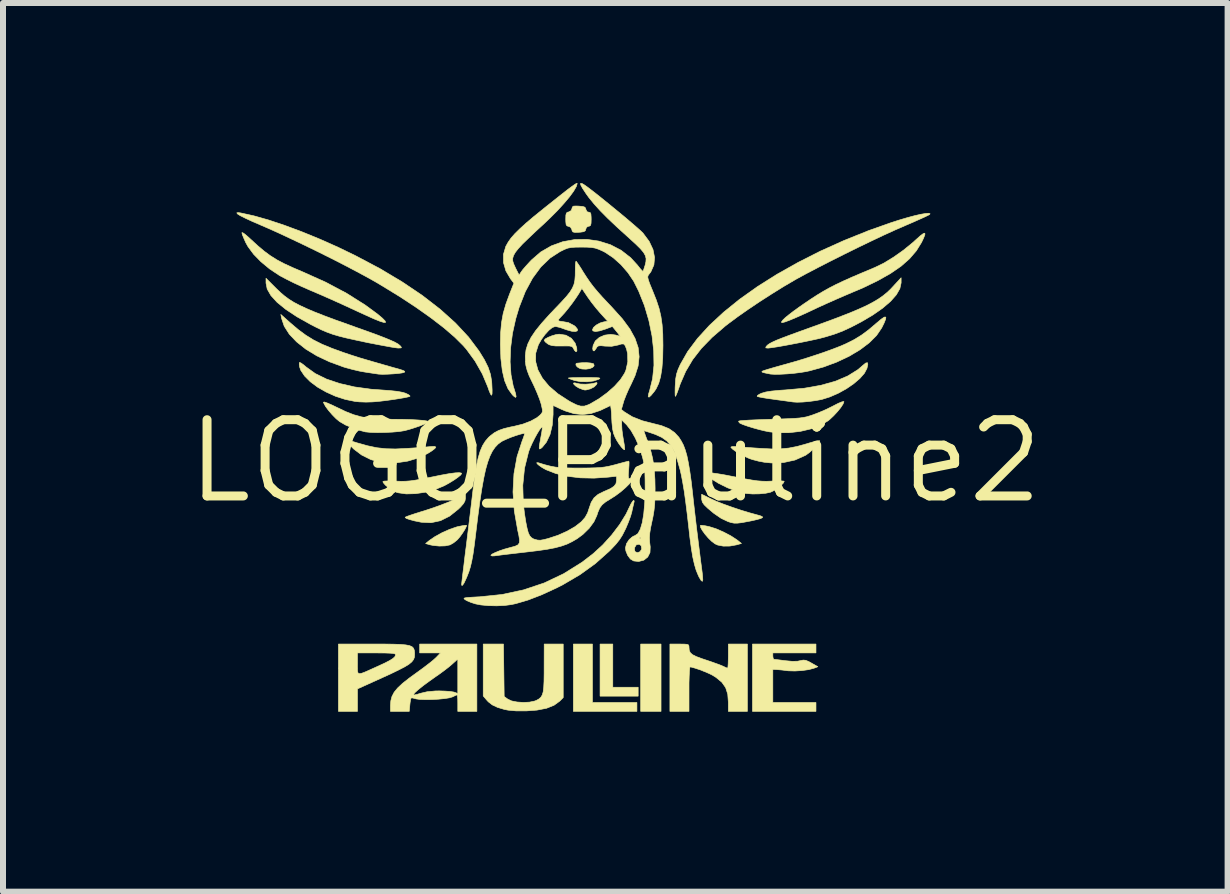
<source format=kicad_pcb>
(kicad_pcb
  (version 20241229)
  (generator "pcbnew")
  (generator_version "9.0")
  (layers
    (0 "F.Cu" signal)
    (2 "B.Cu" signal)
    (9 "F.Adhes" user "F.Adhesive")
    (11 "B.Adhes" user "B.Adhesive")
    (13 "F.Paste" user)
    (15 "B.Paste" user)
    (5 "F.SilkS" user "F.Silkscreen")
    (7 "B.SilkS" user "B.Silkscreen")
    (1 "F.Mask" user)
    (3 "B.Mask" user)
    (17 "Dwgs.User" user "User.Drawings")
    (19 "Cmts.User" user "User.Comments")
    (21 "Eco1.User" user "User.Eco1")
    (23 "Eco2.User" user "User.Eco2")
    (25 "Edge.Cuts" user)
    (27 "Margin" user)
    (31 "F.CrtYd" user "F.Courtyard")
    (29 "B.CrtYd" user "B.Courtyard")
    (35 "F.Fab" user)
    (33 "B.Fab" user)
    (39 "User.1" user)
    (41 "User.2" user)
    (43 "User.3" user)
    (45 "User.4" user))
  (footprint "LOGO_Pauline2"
    (layer "F.Cu")
    (at 7.204 4.635)
    (property "Reference" "LOGO_Pauline2" (at 0 0 0) (layer "F.SilkS") (effects (font (size 1.27 1.27) (thickness 0.15))))
    (attr through_hole)
    (fp_poly (pts (xy 0.762 4.17) (xy 0.423 4.17) (xy 0.423 3.048) (xy 0.762 3.048) (xy 0.762 4.17)) (stroke (width 0.01) (type solid)) (fill yes) (layer "F.SilkS"))
    (fp_poly (pts (xy -0.381 4.022) (xy 0.36 4.022) (xy 0.36 4.17) (xy -0.699 4.17) (xy -0.699 3.048) (xy -0.381 3.048) (xy -0.381 4.022)) (stroke (width 0.01) (type solid)) (fill yes) (layer "F.SilkS"))
    (fp_poly (pts (xy -0.042 3.768) (xy 0.381 3.768) (xy 0.381 3.916) (xy -0.254 3.916) (xy -0.254 3.048) (xy -0.042 3.048) (xy -0.042 3.768)) (stroke (width 0.01) (type solid)) (fill yes) (layer "F.SilkS"))
    (fp_poly (pts (xy -0.408 -1.635) (xy -0.366 -1.624) (xy -0.36 -1.62) (xy -0.353 -1.589) (xy -0.379 -1.562) (xy -0.427 -1.542) (xy -0.489 -1.533) (xy -0.556 -1.536) (xy -0.598 -1.548) (xy -0.636 -1.572) (xy -0.657 -1.603) (xy -0.653 -1.627) (xy -0.64 -1.632) (xy -0.558 -1.64) (xy -0.476 -1.641) (xy -0.408 -1.635)) (stroke (width 0.01) (type solid)) (fill yes) (layer "F.SilkS"))
    (fp_poly (pts (xy -0.39 -1.393) (xy -0.315 -1.391) (xy -0.272 -1.388) (xy -0.257 -1.382) (xy -0.263 -1.373) (xy -0.28 -1.363) (xy -0.362 -1.336) (xy -0.467 -1.323) (xy -0.578 -1.325) (xy -0.677 -1.343) (xy -0.683 -1.345) (xy -0.74 -1.365) (xy -0.777 -1.38) (xy -0.783 -1.385) (xy -0.763 -1.388) (xy -0.709 -1.391) (xy -0.628 -1.392) (xy -0.528 -1.393) (xy -0.503 -1.393) (xy -0.39 -1.393)) (stroke (width 0.01) (type solid)) (fill yes) (layer "F.SilkS"))
    (fp_poly (pts (xy -0.303 -1.301) (xy -0.315 -1.275) (xy -0.353 -1.237) (xy -0.415 -1.205) (xy -0.484 -1.187) (xy -0.506 -1.185) (xy -0.546 -1.195) (xy -0.602 -1.217) (xy -0.613 -1.222) (xy -0.662 -1.253) (xy -0.691 -1.282) (xy -0.697 -1.301) (xy -0.675 -1.305) (xy -0.653 -1.299) (xy -0.585 -1.285) (xy -0.496 -1.282) (xy -0.406 -1.289) (xy -0.352 -1.3) (xy -0.311 -1.31) (xy -0.303 -1.301)) (stroke (width 0.01) (type solid)) (fill yes) (layer "F.SilkS"))
    (fp_poly (pts (xy 1.498 1.077) (xy 1.565 1.091) (xy 1.677 1.126) (xy 1.801 1.18) (xy 1.922 1.243) (xy 2.022 1.308) (xy 2.041 1.322) (xy 2.102 1.372) (xy 2.019 1.395) (xy 1.909 1.415) (xy 1.799 1.416) (xy 1.706 1.398) (xy 1.662 1.378) (xy 1.606 1.336) (xy 1.548 1.279) (xy 1.494 1.216) (xy 1.45 1.155) (xy 1.422 1.105) (xy 1.418 1.073) (xy 1.42 1.07) (xy 1.445 1.07) (xy 1.498 1.077)) (stroke (width 0.01) (type solid)) (fill yes) (layer "F.SilkS"))
    (fp_poly (pts (xy -2.48 1.069) (xy -2.484 1.092) (xy -2.507 1.138) (xy -2.543 1.195) (xy -2.585 1.254) (xy -2.626 1.303) (xy -2.639 1.316) (xy -2.695 1.361) (xy -2.753 1.394) (xy -2.758 1.396) (xy -2.835 1.412) (xy -2.934 1.415) (xy -3.035 1.405) (xy -3.089 1.394) (xy -3.161 1.373) (xy -3.099 1.322) (xy -3.006 1.258) (xy -2.888 1.193) (xy -2.762 1.137) (xy -2.646 1.097) (xy -2.623 1.091) (xy -2.553 1.077) (xy -2.502 1.069) (xy -2.48 1.069)) (stroke (width 0.01) (type solid)) (fill yes) (layer "F.SilkS"))
    (fp_poly (pts (xy -2.498 0.619) (xy -2.505 0.662) (xy -2.529 0.706) (xy -2.578 0.763) (xy -2.616 0.8) (xy -2.761 0.916) (xy -2.913 0.992) (xy -3.071 1.026) (xy -3.234 1.018) (xy -3.239 1.017) (xy -3.343 0.996) (xy -3.425 0.974) (xy -3.481 0.955) (xy -3.502 0.939) (xy -3.5 0.934) (xy -3.475 0.922) (xy -3.416 0.901) (xy -3.332 0.873) (xy -3.23 0.841) (xy -3.186 0.828) (xy -3.058 0.786) (xy -2.925 0.739) (xy -2.801 0.691) (xy -2.701 0.649) (xy -2.693 0.645) (xy -2.498 0.553) (xy -2.498 0.619)) (stroke (width 0.01) (type solid)) (fill yes) (layer "F.SilkS"))
    (fp_poly (pts (xy -0.823 -2.099) (xy -0.733 -2.048) (xy -0.67 -1.968) (xy -0.643 -1.888) (xy -0.64 -1.836) (xy -0.655 -1.822) (xy -0.68 -1.846) (xy -0.694 -1.872) (xy -0.708 -1.897) (xy -0.728 -1.912) (xy -0.765 -1.919) (xy -0.827 -1.92) (xy -0.893 -1.919) (xy -0.989 -1.919) (xy -1.055 -1.926) (xy -1.101 -1.94) (xy -1.127 -1.955) (xy -1.167 -1.987) (xy -1.185 -2.013) (xy -1.185 -2.014) (xy -1.167 -2.037) (xy -1.12 -2.063) (xy -1.057 -2.089) (xy -0.992 -2.108) (xy -0.936 -2.116) (xy -0.936 -2.116) (xy -0.823 -2.099)) (stroke (width 0.01) (type solid)) (fill yes) (layer "F.SilkS"))
    (fp_poly (pts (xy 1.589 0.626) (xy 1.681 0.668) (xy 1.802 0.716) (xy 1.941 0.766) (xy 2.087 0.815) (xy 2.228 0.858) (xy 2.344 0.89) (xy 2.413 0.909) (xy 2.45 0.925) (xy 2.454 0.94) (xy 2.423 0.956) (xy 2.354 0.975) (xy 2.246 0.999) (xy 2.218 1.004) (xy 2.113 1.024) (xy 2.038 1.033) (xy 1.978 1.033) (xy 1.924 1.022) (xy 1.878 1.007) (xy 1.764 0.953) (xy 1.64 0.868) (xy 1.54 0.784) (xy 1.482 0.728) (xy 1.451 0.684) (xy 1.44 0.64) (xy 1.439 0.623) (xy 1.439 0.552) (xy 1.589 0.626)) (stroke (width 0.01) (type solid)) (fill yes) (layer "F.SilkS"))
    (fp_poly (pts (xy -4.46 -0.348) (xy -4.407 -0.336) (xy -4.334 -0.315) (xy -4.306 -0.306) (xy -4.132 -0.257) (xy -3.977 -0.224) (xy -3.826 -0.207) (xy -3.664 -0.203) (xy -3.476 -0.212) (xy -3.474 -0.212) (xy -3.356 -0.22) (xy -3.244 -0.228) (xy -3.15 -0.236) (xy -3.085 -0.242) (xy -3.073 -0.243) (xy -3.014 -0.246) (xy -2.991 -0.235) (xy -3.006 -0.211) (xy -3.058 -0.171) (xy -3.128 -0.127) (xy -3.283 -0.053) (xy -3.462 -0.000027) (xy -3.651 0.028) (xy -3.833 0.029) (xy -3.916 0.019) (xy -4.074 -0.026) (xy -4.227 -0.102) (xy -4.359 -0.202) (xy -4.391 -0.234) (xy -4.44 -0.288) (xy -4.473 -0.33) (xy -4.483 -0.35) (xy -4.483 -0.35) (xy -4.46 -0.348)) (stroke (width 0.01) (type solid)) (fill yes) (layer "F.SilkS"))
    (fp_poly (pts (xy 3.344 3.196) (xy 2.625 3.196) (xy 2.625 3.249) (xy 2.631 3.289) (xy 2.642 3.302) (xy 2.671 3.305) (xy 2.729 3.312) (xy 2.807 3.322) (xy 2.83 3.325) (xy 2.949 3.336) (xy 3.038 3.334) (xy 3.081 3.325) (xy 3.132 3.315) (xy 3.174 3.319) (xy 3.226 3.341) (xy 3.269 3.365) (xy 3.375 3.426) (xy 3.313 3.45) (xy 3.224 3.474) (xy 3.111 3.49) (xy 2.992 3.497) (xy 2.884 3.494) (xy 2.857 3.491) (xy 2.78 3.481) (xy 2.711 3.475) (xy 2.683 3.473) (xy 2.625 3.471) (xy 2.625 4.022) (xy 3.344 4.022) (xy 3.344 4.17) (xy 2.286 4.17) (xy 2.286 3.048) (xy 3.344 3.048) (xy 3.344 3.196)) (stroke (width 0.01) (type solid)) (fill yes) (layer "F.SilkS"))
    (fp_poly (pts (xy -2.568 0.198) (xy -2.561 0.208) (xy -2.578 0.232) (xy -2.624 0.27) (xy -2.69 0.316) (xy -2.768 0.364) (xy -2.848 0.408) (xy -2.854 0.411) (xy -3.005 0.474) (xy -3.167 0.518) (xy -3.331 0.542) (xy -3.485 0.546) (xy -3.619 0.527) (xy -3.657 0.515) (xy -3.717 0.486) (xy -3.779 0.444) (xy -3.833 0.398) (xy -3.867 0.358) (xy -3.873 0.339) (xy -3.854 0.333) (xy -3.801 0.33) (xy -3.723 0.33) (xy -3.657 0.333) (xy -3.571 0.336) (xy -3.495 0.335) (xy -3.419 0.329) (xy -3.333 0.317) (xy -3.227 0.298) (xy -3.091 0.271) (xy -3.071 0.267) (xy -2.899 0.232) (xy -2.765 0.208) (xy -2.666 0.195) (xy -2.602 0.192) (xy -2.568 0.198)) (stroke (width 0.01) (type solid)) (fill yes) (layer "F.SilkS"))
    (fp_poly (pts (xy 1.593 0.194) (xy 1.684 0.206) (xy 1.811 0.227) (xy 1.976 0.259) (xy 2.017 0.267) (xy 2.162 0.295) (xy 2.276 0.315) (xy 2.367 0.328) (xy 2.444 0.334) (xy 2.519 0.336) (xy 2.599 0.333) (xy 2.609 0.332) (xy 2.696 0.329) (xy 2.765 0.329) (xy 2.807 0.333) (xy 2.815 0.337) (xy 2.798 0.368) (xy 2.755 0.41) (xy 2.697 0.456) (xy 2.634 0.495) (xy 2.585 0.518) (xy 2.506 0.535) (xy 2.402 0.545) (xy 2.289 0.547) (xy 2.184 0.539) (xy 2.159 0.536) (xy 2.021 0.501) (xy 1.869 0.443) (xy 1.719 0.369) (xy 1.593 0.29) (xy 1.54 0.25) (xy 1.512 0.22) (xy 1.509 0.201) (xy 1.535 0.192) (xy 1.593 0.194)) (stroke (width 0.01) (type solid)) (fill yes) (layer "F.SilkS"))
    (fp_poly (pts (xy -1.858 3.485) (xy -1.852 3.922) (xy -1.792 3.966) (xy -1.728 3.996) (xy -1.637 4.014) (xy -1.533 4.021) (xy -1.43 4.016) (xy -1.344 3.998) (xy -1.313 3.986) (xy -1.271 3.962) (xy -1.24 3.934) (xy -1.218 3.897) (xy -1.202 3.845) (xy -1.193 3.771) (xy -1.188 3.67) (xy -1.186 3.536) (xy -1.186 3.445) (xy -1.185 3.048) (xy -0.868 3.048) (xy -0.868 3.94) (xy -0.926 3.999) (xy -1.021 4.068) (xy -1.146 4.118) (xy -1.306 4.149) (xy -1.482 4.162) (xy -1.652 4.162) (xy -1.785 4.15) (xy -1.847 4.138) (xy -1.964 4.103) (xy -2.05 4.062) (xy -2.117 4.01) (xy -2.146 3.978) (xy -2.201 3.913) (xy -2.201 3.048) (xy -1.864 3.048) (xy -1.858 3.485)) (stroke (width 0.01) (type solid)) (fill yes) (layer "F.SilkS"))
    (fp_poly (pts (xy -5.242 -1.638) (xy -5.2 -1.609) (xy -5.151 -1.568) (xy -5.001 -1.46) (xy -4.814 -1.368) (xy -4.594 -1.294) (xy -4.346 -1.237) (xy -4.071 -1.199) (xy -3.919 -1.188) (xy -3.756 -1.176) (xy -3.632 -1.163) (xy -3.542 -1.146) (xy -3.496 -1.132) (xy -3.446 -1.108) (xy -3.422 -1.087) (xy -3.422 -1.08) (xy -3.451 -1.071) (xy -3.513 -1.058) (xy -3.599 -1.043) (xy -3.701 -1.027) (xy -3.809 -1.012) (xy -3.916 -0.999) (xy -4.011 -0.99) (xy -4.053 -0.987) (xy -4.155 -0.984) (xy -4.265 -0.988) (xy -4.336 -0.995) (xy -4.501 -1.029) (xy -4.664 -1.082) (xy -4.819 -1.152) (xy -4.961 -1.233) (xy -5.082 -1.323) (xy -5.177 -1.418) (xy -5.241 -1.513) (xy -5.261 -1.57) (xy -5.267 -1.618) (xy -5.263 -1.645) (xy -5.242 -1.638)) (stroke (width 0.01) (type solid)) (fill yes) (layer "F.SilkS"))
    (fp_poly (pts (xy 3.408 -0.337) (xy 3.393 -0.305) (xy 3.353 -0.256) (xy 3.298 -0.2) (xy 3.237 -0.146) (xy 3.179 -0.103) (xy 3.165 -0.095) (xy 2.995 -0.019) (xy 2.804 0.023) (xy 2.598 0.03) (xy 2.481 0.018) (xy 2.386 0.000019) (xy 2.287 -0.026) (xy 2.236 -0.043) (xy 2.163 -0.075) (xy 2.086 -0.115) (xy 2.015 -0.157) (xy 1.96 -0.196) (xy 1.929 -0.226) (xy 1.926 -0.234) (xy 1.945 -0.243) (xy 1.993 -0.244) (xy 2.027 -0.242) (xy 2.085 -0.237) (xy 2.174 -0.23) (xy 2.284 -0.222) (xy 2.403 -0.214) (xy 2.437 -0.212) (xy 2.611 -0.203) (xy 2.757 -0.205) (xy 2.892 -0.218) (xy 3.03 -0.245) (xy 3.185 -0.288) (xy 3.244 -0.306) (xy 3.319 -0.327) (xy 3.376 -0.339) (xy 3.406 -0.34) (xy 3.408 -0.337)) (stroke (width 0.01) (type solid)) (fill yes) (layer "F.SilkS"))
    (fp_poly (pts (xy 4.208 -1.612) (xy 4.194 -1.547) (xy 4.152 -1.466) (xy 4.076 -1.379) (xy 3.972 -1.29) (xy 3.85 -1.206) (xy 3.714 -1.131) (xy 3.574 -1.07) (xy 3.44 -1.028) (xy 3.344 -1.01) (xy 3.234 -0.995) (xy 3.125 -0.985) (xy 3.029 -0.982) (xy 2.963 -0.986) (xy 2.922 -0.992) (xy 2.85 -1.002) (xy 2.755 -1.015) (xy 2.649 -1.029) (xy 2.646 -1.03) (xy 2.544 -1.044) (xy 2.457 -1.058) (xy 2.395 -1.07) (xy 2.365 -1.079) (xy 2.364 -1.08) (xy 2.371 -1.096) (xy 2.409 -1.119) (xy 2.438 -1.132) (xy 2.506 -1.152) (xy 2.606 -1.168) (xy 2.743 -1.181) (xy 2.836 -1.187) (xy 3.148 -1.215) (xy 3.425 -1.264) (xy 3.668 -1.332) (xy 3.875 -1.42) (xy 4.046 -1.527) (xy 4.122 -1.593) (xy 4.173 -1.635) (xy 4.202 -1.641) (xy 4.208 -1.612)) (stroke (width 0.01) (type solid)) (fill yes) (layer "F.SilkS"))
    (fp_poly (pts (xy -0.607 -4.25) (xy -0.541 -4.244) (xy -0.507 -4.232) (xy -0.493 -4.209) (xy -0.491 -4.196) (xy -0.47 -4.156) (xy -0.443 -4.149) (xy -0.419 -4.143) (xy -0.407 -4.12) (xy -0.403 -4.069) (xy -0.402 -4.032) (xy -0.404 -3.965) (xy -0.412 -3.93) (xy -0.43 -3.917) (xy -0.443 -3.916) (xy -0.48 -3.898) (xy -0.491 -3.868) (xy -0.5 -3.84) (xy -0.526 -3.824) (xy -0.579 -3.816) (xy -0.607 -3.814) (xy -0.672 -3.812) (xy -0.705 -3.819) (xy -0.72 -3.838) (xy -0.723 -3.857) (xy -0.747 -3.9) (xy -0.778 -3.912) (xy -0.806 -3.921) (xy -0.82 -3.943) (xy -0.825 -3.991) (xy -0.826 -4.032) (xy -0.824 -4.099) (xy -0.815 -4.134) (xy -0.795 -4.149) (xy -0.778 -4.152) (xy -0.735 -4.176) (xy -0.723 -4.208) (xy -0.715 -4.236) (xy -0.695 -4.25) (xy -0.65 -4.252) (xy -0.607 -4.25)) (stroke (width 0.01) (type solid)) (fill yes) (layer "F.SilkS"))
    (fp_poly (pts (xy -4.802 -0.97) (xy -4.728 -0.938) (xy -4.642 -0.897) (xy -4.493 -0.826) (xy -4.361 -0.774) (xy -4.232 -0.738) (xy -4.096 -0.715) (xy -3.943 -0.702) (xy -3.759 -0.698) (xy -3.738 -0.698) (xy -3.564 -0.697) (xy -3.413 -0.693) (xy -3.288 -0.686) (xy -3.193 -0.678) (xy -3.133 -0.668) (xy -3.112 -0.656) (xy -3.111 -0.655) (xy -3.13 -0.641) (xy -3.18 -0.618) (xy -3.251 -0.59) (xy -3.333 -0.561) (xy -3.418 -0.534) (xy -3.494 -0.513) (xy -3.514 -0.508) (xy -3.6 -0.494) (xy -3.713 -0.484) (xy -3.839 -0.478) (xy -3.964 -0.476) (xy -4.075 -0.479) (xy -4.158 -0.487) (xy -4.163 -0.487) (xy -4.331 -0.532) (xy -4.495 -0.602) (xy -4.595 -0.66) (xy -4.653 -0.708) (xy -4.717 -0.773) (xy -4.779 -0.845) (xy -4.83 -0.914) (xy -4.86 -0.97) (xy -4.864 -0.982) (xy -4.849 -0.986) (xy -4.802 -0.97)) (stroke (width 0.01) (type solid)) (fill yes) (layer "F.SilkS"))
    (fp_poly (pts (xy -5.417 -2.305) (xy -5.284 -2.192) (xy -5.158 -2.099) (xy -5.03 -2.02) (xy -4.889 -1.949) (xy -4.727 -1.882) (xy -4.535 -1.812) (xy -4.443 -1.781) (xy -4.354 -1.752) (xy -4.26 -1.722) (xy -4.155 -1.691) (xy -4.032 -1.655) (xy -3.886 -1.613) (xy -3.708 -1.562) (xy -3.599 -1.532) (xy -3.535 -1.511) (xy -3.508 -1.496) (xy -3.514 -1.482) (xy -3.517 -1.48) (xy -3.555 -1.47) (xy -3.622 -1.461) (xy -3.707 -1.454) (xy -3.797 -1.449) (xy -3.88 -1.447) (xy -3.943 -1.45) (xy -3.958 -1.452) (xy -4.005 -1.459) (xy -4.078 -1.47) (xy -4.163 -1.483) (xy -4.17 -1.484) (xy -4.265 -1.501) (xy -4.379 -1.528) (xy -4.494 -1.559) (xy -4.53 -1.57) (xy -4.764 -1.656) (xy -4.974 -1.755) (xy -5.158 -1.867) (xy -5.311 -1.988) (xy -5.432 -2.115) (xy -5.517 -2.248) (xy -5.56 -2.374) (xy -5.574 -2.445) (xy -5.417 -2.305)) (stroke (width 0.01) (type solid)) (fill yes) (layer "F.SilkS"))
    (fp_poly (pts (xy 4.506 -2.369) (xy 4.48 -2.303) (xy 4.439 -2.22) (xy 4.354 -2.095) (xy 4.232 -1.973) (xy 4.077 -1.856) (xy 3.896 -1.748) (xy 3.692 -1.652) (xy 3.472 -1.57) (xy 3.24 -1.506) (xy 3.181 -1.493) (xy 3.089 -1.478) (xy 2.978 -1.464) (xy 2.861 -1.454) (xy 2.749 -1.448) (xy 2.653 -1.447) (xy 2.587 -1.451) (xy 2.582 -1.452) (xy 2.502 -1.468) (xy 2.457 -1.479) (xy 2.442 -1.489) (xy 2.45 -1.499) (xy 2.456 -1.502) (xy 2.486 -1.513) (xy 2.55 -1.533) (xy 2.639 -1.559) (xy 2.745 -1.589) (xy 2.806 -1.606) (xy 3.005 -1.662) (xy 3.207 -1.724) (xy 3.402 -1.788) (xy 3.581 -1.851) (xy 3.735 -1.91) (xy 3.845 -1.957) (xy 3.978 -2.024) (xy 4.099 -2.098) (xy 4.22 -2.187) (xy 4.354 -2.301) (xy 4.355 -2.302) (xy 4.433 -2.367) (xy 4.483 -2.401) (xy 4.508 -2.401) (xy 4.506 -2.369)) (stroke (width 0.01) (type solid)) (fill yes) (layer "F.SilkS"))
    (fp_poly (pts (xy 3.81 -0.99) (xy 3.795 -0.951) (xy 3.757 -0.893) (xy 3.702 -0.825) (xy 3.638 -0.756) (xy 3.573 -0.695) (xy 3.545 -0.672) (xy 3.418 -0.597) (xy 3.261 -0.538) (xy 3.083 -0.496) (xy 2.893 -0.474) (xy 2.703 -0.474) (xy 2.572 -0.488) (xy 2.494 -0.503) (xy 2.399 -0.526) (xy 2.298 -0.554) (xy 2.204 -0.583) (xy 2.127 -0.61) (xy 2.078 -0.632) (xy 2.075 -0.634) (xy 2.055 -0.657) (xy 2.058 -0.668) (xy 2.082 -0.673) (xy 2.143 -0.678) (xy 2.234 -0.684) (xy 2.35 -0.689) (xy 2.485 -0.694) (xy 2.597 -0.698) (xy 2.762 -0.703) (xy 2.891 -0.708) (xy 2.992 -0.713) (xy 3.069 -0.719) (xy 3.132 -0.728) (xy 3.185 -0.738) (xy 3.236 -0.753) (xy 3.291 -0.771) (xy 3.291 -0.771) (xy 3.394 -0.81) (xy 3.51 -0.86) (xy 3.618 -0.913) (xy 3.635 -0.922) (xy 3.717 -0.964) (xy 3.776 -0.988) (xy 3.807 -0.994) (xy 3.81 -0.99)) (stroke (width 0.01) (type solid)) (fill yes) (layer "F.SilkS"))
    (fp_poly (pts (xy -5.646 -2.873) (xy -5.58 -2.81) (xy -5.513 -2.753) (xy -5.44 -2.699) (xy -5.359 -2.648) (xy -5.264 -2.598) (xy -5.151 -2.545) (xy -5.017 -2.488) (xy -4.857 -2.425) (xy -4.667 -2.354) (xy -4.442 -2.274) (xy -4.329 -2.233) (xy -4.129 -2.162) (xy -3.967 -2.103) (xy -3.838 -2.053) (xy -3.739 -2.012) (xy -3.666 -1.978) (xy -3.617 -1.95) (xy -3.588 -1.926) (xy -3.587 -1.925) (xy -3.564 -1.897) (xy -3.571 -1.887) (xy -3.613 -1.885) (xy -3.622 -1.885) (xy -3.663 -1.89) (xy -3.739 -1.902) (xy -3.842 -1.921) (xy -3.965 -1.944) (xy -4.1 -1.97) (xy -4.149 -1.98) (xy -4.331 -2.019) (xy -4.48 -2.052) (xy -4.603 -2.083) (xy -4.708 -2.114) (xy -4.802 -2.148) (xy -4.894 -2.187) (xy -4.991 -2.234) (xy -5.077 -2.278) (xy -5.305 -2.406) (xy -5.491 -2.529) (xy -5.636 -2.647) (xy -5.739 -2.76) (xy -5.801 -2.868) (xy -5.821 -2.968) (xy -5.821 -3.048) (xy -5.646 -2.873)) (stroke (width 0.01) (type solid)) (fill yes) (layer "F.SilkS"))
    (fp_poly (pts (xy 4.763 -2.971) (xy 4.742 -2.875) (xy 4.683 -2.772) (xy 4.586 -2.662) (xy 4.454 -2.549) (xy 4.289 -2.434) (xy 4.097 -2.321) (xy 3.93 -2.234) (xy 3.783 -2.166) (xy 3.641 -2.113) (xy 3.491 -2.068) (xy 3.4 -2.044) (xy 3.301 -2.022) (xy 3.183 -1.997) (xy 3.055 -1.971) (xy 2.925 -1.946) (xy 2.801 -1.923) (xy 2.692 -1.904) (xy 2.605 -1.891) (xy 2.549 -1.884) (xy 2.54 -1.884) (xy 2.507 -1.888) (xy 2.512 -1.907) (xy 2.52 -1.917) (xy 2.541 -1.938) (xy 2.573 -1.96) (xy 2.619 -1.984) (xy 2.684 -2.014) (xy 2.772 -2.049) (xy 2.888 -2.093) (xy 3.035 -2.147) (xy 3.218 -2.213) (xy 3.218 -2.213) (xy 3.475 -2.306) (xy 3.696 -2.388) (xy 3.884 -2.461) (xy 4.043 -2.527) (xy 4.176 -2.587) (xy 4.288 -2.645) (xy 4.383 -2.701) (xy 4.463 -2.757) (xy 4.534 -2.815) (xy 4.598 -2.877) (xy 4.616 -2.897) (xy 4.763 -3.056) (xy 4.763 -2.971)) (stroke (width 0.01) (type solid)) (fill yes) (layer "F.SilkS"))
    (fp_poly (pts (xy -6.209 -3.807) (xy -6.171 -3.781) (xy -6.117 -3.735) (xy -6.08 -3.701) (xy -5.959 -3.59) (xy -5.851 -3.499) (xy -5.748 -3.423) (xy -5.64 -3.355) (xy -5.519 -3.291) (xy -5.375 -3.225) (xy -5.207 -3.153) (xy -4.826 -2.982) (xy -4.478 -2.797) (xy -4.167 -2.601) (xy -3.963 -2.451) (xy -3.882 -2.383) (xy -3.837 -2.337) (xy -3.828 -2.313) (xy -3.856 -2.311) (xy -3.919 -2.33) (xy -4.019 -2.37) (xy -4.064 -2.39) (xy -4.154 -2.431) (xy -4.268 -2.483) (xy -4.392 -2.54) (xy -4.511 -2.595) (xy -4.519 -2.599) (xy -4.645 -2.656) (xy -4.793 -2.722) (xy -4.946 -2.789) (xy -5.087 -2.849) (xy -5.105 -2.857) (xy -5.23 -2.912) (xy -5.36 -2.972) (xy -5.48 -3.032) (xy -5.578 -3.084) (xy -5.601 -3.097) (xy -5.76 -3.203) (xy -5.905 -3.323) (xy -6.028 -3.449) (xy -6.121 -3.575) (xy -6.158 -3.641) (xy -6.19 -3.713) (xy -6.214 -3.772) (xy -6.223 -3.807) (xy -6.223 -3.807) (xy -6.209 -3.807)) (stroke (width 0.01) (type solid)) (fill yes) (layer "F.SilkS"))
    (fp_poly (pts (xy 1.15 3.049) (xy 1.197 3.053) (xy 1.22 3.063) (xy 1.227 3.082) (xy 1.228 3.102) (xy 1.232 3.152) (xy 1.249 3.191) (xy 1.285 3.224) (xy 1.346 3.255) (xy 1.439 3.29) (xy 1.508 3.313) (xy 1.608 3.347) (xy 1.698 3.379) (xy 1.767 3.405) (xy 1.803 3.421) (xy 1.847 3.442) (xy 1.872 3.45) (xy 1.877 3.431) (xy 1.881 3.378) (xy 1.883 3.301) (xy 1.884 3.249) (xy 1.884 3.048) (xy 2.201 3.048) (xy 2.201 4.17) (xy 1.884 4.17) (xy 1.884 4.021) (xy 1.874 3.884) (xy 1.839 3.775) (xy 1.776 3.685) (xy 1.677 3.603) (xy 1.619 3.567) (xy 1.565 3.54) (xy 1.49 3.508) (xy 1.408 3.476) (xy 1.33 3.45) (xy 1.27 3.433) (xy 1.245 3.429) (xy 1.24 3.449) (xy 1.235 3.505) (xy 1.231 3.589) (xy 1.228 3.695) (xy 1.228 3.799) (xy 1.228 4.17) (xy 0.91 4.17) (xy 0.91 3.048) (xy 1.069 3.048) (xy 1.15 3.049)) (stroke (width 0.01) (type solid)) (fill yes) (layer "F.SilkS"))
    (fp_poly (pts (xy 5.159 -3.773) (xy 5.136 -3.714) (xy 5.103 -3.645) (xy 5.017 -3.506) (xy 4.904 -3.374) (xy 4.761 -3.248) (xy 4.585 -3.127) (xy 4.374 -3.008) (xy 4.126 -2.888) (xy 3.953 -2.815) (xy 3.817 -2.757) (xy 3.667 -2.692) (xy 3.521 -2.627) (xy 3.393 -2.569) (xy 3.365 -2.556) (xy 3.183 -2.47) (xy 3.031 -2.402) (xy 2.913 -2.352) (xy 2.828 -2.32) (xy 2.779 -2.308) (xy 2.775 -2.308) (xy 2.769 -2.32) (xy 2.795 -2.355) (xy 2.836 -2.394) (xy 2.893 -2.44) (xy 2.974 -2.502) (xy 3.067 -2.569) (xy 3.143 -2.622) (xy 3.261 -2.702) (xy 3.368 -2.771) (xy 3.469 -2.832) (xy 3.571 -2.889) (xy 3.68 -2.945) (xy 3.803 -3.003) (xy 3.946 -3.067) (xy 4.115 -3.139) (xy 4.317 -3.224) (xy 4.327 -3.228) (xy 4.475 -3.3) (xy 4.637 -3.399) (xy 4.801 -3.515) (xy 4.956 -3.641) (xy 5.001 -3.682) (xy 5.08 -3.753) (xy 5.132 -3.792) (xy 5.158 -3.799) (xy 5.159 -3.773)) (stroke (width 0.01) (type solid)) (fill yes) (layer "F.SilkS"))
    (fp_poly (pts (xy -3.852 3.048) (xy -3.7 3.05) (xy -3.582 3.054) (xy -3.493 3.062) (xy -3.43 3.074) (xy -3.388 3.092) (xy -3.363 3.117) (xy -3.35 3.15) (xy -3.345 3.191) (xy -3.345 3.225) (xy -3.348 3.268) (xy -3.363 3.307) (xy -3.392 3.345) (xy -3.44 3.385) (xy -3.512 3.429) (xy -3.611 3.48) (xy -3.741 3.543) (xy -3.881 3.607) (xy -4.297 3.795) (xy -4.297 4.17) (xy -4.614 4.17) (xy -4.614 3.449) (xy -4.298 3.449) (xy -4.296 3.5) (xy -4.287 3.531) (xy -4.264 3.542) (xy -4.223 3.534) (xy -4.158 3.509) (xy -4.063 3.466) (xy -3.97 3.424) (xy -3.848 3.368) (xy -3.762 3.324) (xy -3.705 3.288) (xy -3.673 3.258) (xy -3.662 3.23) (xy -3.662 3.225) (xy -3.67 3.213) (xy -3.699 3.205) (xy -3.753 3.2) (xy -3.838 3.197) (xy -3.959 3.196) (xy -3.979 3.196) (xy -4.297 3.196) (xy -4.297 3.378) (xy -4.298 3.449) (xy -4.614 3.449) (xy -4.614 3.048) (xy -4.041 3.048) (xy -3.852 3.048)) (stroke (width 0.01) (type solid)) (fill yes) (layer "F.SilkS"))
    (fp_poly (pts (xy 0.315 0.667) (xy 0.31 0.693) (xy 0.3 0.734) (xy 0.285 0.799) (xy 0.275 0.847) (xy 0.254 0.92) (xy 0.219 1.015) (xy 0.178 1.113) (xy 0.164 1.142) (xy 0.118 1.233) (xy 0.069 1.31) (xy 0.009 1.385) (xy -0.072 1.471) (xy -0.103 1.502) (xy -0.333 1.707) (xy -0.588 1.891) (xy -0.874 2.059) (xy -0.984 2.115) (xy -1.23 2.228) (xy -1.453 2.314) (xy -1.657 2.374) (xy -1.731 2.39) (xy -1.844 2.405) (xy -1.977 2.411) (xy -2.115 2.408) (xy -2.241 2.396) (xy -2.328 2.379) (xy -2.404 2.355) (xy -2.47 2.327) (xy -2.497 2.312) (xy -2.517 2.297) (xy -2.522 2.287) (xy -2.508 2.279) (xy -2.468 2.273) (xy -2.398 2.268) (xy -2.293 2.262) (xy -2.265 2.261) (xy -1.888 2.222) (xy -1.528 2.145) (xy -1.185 2.03) (xy -0.861 1.876) (xy -0.555 1.685) (xy -0.368 1.541) (xy -0.209 1.395) (xy -0.06 1.23) (xy 0.073 1.055) (xy 0.18 0.881) (xy 0.237 0.761) (xy 0.265 0.705) (xy 0.29 0.667) (xy 0.309 0.653) (xy 0.315 0.667)) (stroke (width 0.01) (type solid)) (fill yes) (layer "F.SilkS"))
    (fp_poly (pts (xy -6.241 -4.136) (xy -6.023 -4.088) (xy -5.776 -4.018) (xy -5.507 -3.928) (xy -5.22 -3.821) (xy -4.922 -3.699) (xy -4.619 -3.564) (xy -4.326 -3.422) (xy -3.92 -3.207) (xy -3.55 -2.986) (xy -3.216 -2.761) (xy -2.92 -2.532) (xy -2.663 -2.301) (xy -2.446 -2.068) (xy -2.273 -1.838) (xy -2.183 -1.692) (xy -2.12 -1.565) (xy -2.08 -1.446) (xy -2.06 -1.326) (xy -2.058 -1.291) (xy -2.053 -1.185) (xy -2.054 -1.121) (xy -2.062 -1.098) (xy -2.078 -1.115) (xy -2.102 -1.171) (xy -2.126 -1.24) (xy -2.216 -1.454) (xy -2.337 -1.667) (xy -2.48 -1.863) (xy -2.534 -1.925) (xy -2.678 -2.068) (xy -2.858 -2.223) (xy -3.074 -2.389) (xy -3.32 -2.563) (xy -3.595 -2.744) (xy -3.896 -2.928) (xy -3.99 -2.984) (xy -4.136 -3.066) (xy -4.314 -3.162) (xy -4.516 -3.268) (xy -4.733 -3.379) (xy -4.96 -3.492) (xy -5.188 -3.603) (xy -5.409 -3.708) (xy -5.616 -3.805) (xy -5.802 -3.888) (xy -5.883 -3.923) (xy -6.043 -3.992) (xy -6.166 -4.049) (xy -6.252 -4.092) (xy -6.299 -4.122) (xy -6.307 -4.139) (xy -6.277 -4.141) (xy -6.241 -4.136)) (stroke (width 0.01) (type solid)) (fill yes) (layer "F.SilkS"))
    (fp_poly (pts (xy 5.245 -4.124) (xy 5.239 -4.111) (xy 5.213 -4.097) (xy 5.155 -4.069) (xy 5.071 -4.031) (xy 4.966 -3.984) (xy 4.847 -3.933) (xy 4.826 -3.924) (xy 4.663 -3.853) (xy 4.472 -3.766) (xy 4.261 -3.666) (xy 4.037 -3.558) (xy 3.81 -3.446) (xy 3.587 -3.334) (xy 3.376 -3.226) (xy 3.185 -3.126) (xy 3.023 -3.038) (xy 2.985 -3.016) (xy 2.799 -2.907) (xy 2.603 -2.785) (xy 2.404 -2.657) (xy 2.212 -2.528) (xy 2.035 -2.404) (xy 1.883 -2.291) (xy 1.829 -2.249) (xy 1.613 -2.063) (xy 1.434 -1.879) (xy 1.289 -1.692) (xy 1.173 -1.496) (xy 1.082 -1.287) (xy 1.06 -1.222) (xy 1.035 -1.152) (xy 1.014 -1.101) (xy 1.002 -1.08) (xy 1.001 -1.079) (xy 0.997 -1.099) (xy 0.996 -1.151) (xy 0.997 -1.227) (xy 0.999 -1.266) (xy 1.006 -1.369) (xy 1.02 -1.449) (xy 1.045 -1.525) (xy 1.083 -1.61) (xy 1.206 -1.826) (xy 1.369 -2.044) (xy 1.569 -2.263) (xy 1.804 -2.481) (xy 2.071 -2.697) (xy 2.368 -2.908) (xy 2.693 -3.113) (xy 3.043 -3.31) (xy 3.416 -3.499) (xy 3.809 -3.676) (xy 4.219 -3.841) (xy 4.583 -3.97) (xy 4.725 -4.016) (xy 4.86 -4.056) (xy 4.982 -4.089) (xy 5.086 -4.113) (xy 5.168 -4.127) (xy 5.222 -4.131) (xy 5.245 -4.124)) (stroke (width 0.01) (type solid)) (fill yes) (layer "F.SilkS"))
    (fp_poly (pts (xy -2.307 4.17) (xy -2.625 4.17) (xy -2.625 4.032) (xy -2.626 3.962) (xy -2.631 3.913) (xy -2.636 3.895) (xy -2.661 3.903) (xy -2.706 3.925) (xy -2.712 3.928) (xy -2.764 3.944) (xy -2.847 3.957) (xy -2.949 3.967) (xy -3.06 3.973) (xy -3.166 3.974) (xy -3.257 3.971) (xy -3.322 3.962) (xy -3.333 3.958) (xy -3.379 3.946) (xy -3.403 3.947) (xy -3.411 3.972) (xy -3.42 4.026) (xy -3.424 4.064) (xy -3.434 4.17) (xy -3.747 4.17) (xy -3.747 4.074) (xy -3.741 3.994) (xy -3.722 3.921) (xy -3.707 3.893) (xy -3.365 3.893) (xy -3.347 3.896) (xy -3.301 3.886) (xy -3.247 3.869) (xy -3.136 3.843) (xy -3 3.83) (xy -2.933 3.829) (xy -2.84 3.832) (xy -2.756 3.838) (xy -2.696 3.847) (xy -2.681 3.851) (xy -2.625 3.872) (xy -2.625 3.297) (xy -2.715 3.379) (xy -2.771 3.427) (xy -2.851 3.489) (xy -2.941 3.555) (xy -2.995 3.592) (xy -3.106 3.671) (xy -3.204 3.743) (xy -3.283 3.807) (xy -3.338 3.856) (xy -3.364 3.888) (xy -3.365 3.893) (xy -3.707 3.893) (xy -3.686 3.852) (xy -3.628 3.781) (xy -3.545 3.703) (xy -3.432 3.614) (xy -3.297 3.516) (xy -3.202 3.447) (xy -3.113 3.379) (xy -3.039 3.32) (xy -2.99 3.276) (xy -2.986 3.272) (xy -2.913 3.196) (xy -3.26 3.196) (xy -3.26 3.048) (xy -2.307 3.048) (xy -2.307 4.17)) (stroke (width 0.01) (type solid)) (fill yes) (layer "F.SilkS"))
    (fp_poly (pts (xy -0.635 -4.626) (xy -0.651 -4.574) (xy -0.695 -4.498) (xy -0.764 -4.404) (xy -0.855 -4.296) (xy -0.963 -4.177) (xy -1.086 -4.054) (xy -1.178 -3.966) (xy -1.329 -3.827) (xy -1.45 -3.712) (xy -1.546 -3.619) (xy -1.617 -3.542) (xy -1.666 -3.48) (xy -1.696 -3.427) (xy -1.71 -3.38) (xy -1.709 -3.336) (xy -1.695 -3.29) (xy -1.672 -3.239) (xy -1.661 -3.215) (xy -1.603 -3.101) (xy -1.569 -3.154) (xy -1.54 -3.193) (xy -1.489 -3.252) (xy -1.427 -3.32) (xy -1.398 -3.351) (xy -1.242 -3.486) (xy -1.065 -3.588) (xy -0.875 -3.657) (xy -0.676 -3.693) (xy -0.474 -3.696) (xy -0.274 -3.667) (xy -0.082 -3.607) (xy 0.097 -3.514) (xy 0.256 -3.39) (xy 0.367 -3.269) (xy 0.411 -3.213) (xy 0.445 -3.176) (xy 0.461 -3.163) (xy 0.461 -3.163) (xy 0.471 -3.186) (xy 0.487 -3.236) (xy 0.496 -3.263) (xy 0.51 -3.323) (xy 0.513 -3.375) (xy 0.501 -3.425) (xy 0.471 -3.478) (xy 0.419 -3.54) (xy 0.342 -3.616) (xy 0.237 -3.712) (xy 0.206 -3.74) (xy 0.025 -3.904) (xy -0.125 -4.046) (xy -0.25 -4.172) (xy -0.353 -4.286) (xy -0.439 -4.391) (xy -0.488 -4.459) (xy -0.546 -4.547) (xy -0.576 -4.603) (xy -0.579 -4.629) (xy -0.555 -4.627) (xy -0.519 -4.606) (xy -0.465 -4.568) (xy -0.386 -4.508) (xy -0.289 -4.432) (xy -0.18 -4.344) (xy -0.063 -4.249) (xy 0.055 -4.152) (xy 0.169 -4.058) (xy 0.272 -3.97) (xy 0.359 -3.895) (xy 0.425 -3.836) (xy 0.463 -3.799) (xy 0.463 -3.798) (xy 0.564 -3.663) (xy 0.628 -3.527) (xy 0.654 -3.395) (xy 0.643 -3.27) (xy 0.593 -3.156) (xy 0.556 -3.107) (xy 0.544 -3.088) (xy 0.541 -3.063) (xy 0.55 -3.023) (xy 0.571 -2.962) (xy 0.608 -2.872) (xy 0.62 -2.843) (xy 0.683 -2.685) (xy 0.729 -2.546) (xy 0.76 -2.413) (xy 0.78 -2.274) (xy 0.791 -2.117) (xy 0.794 -1.931) (xy 0.794 -1.926) (xy 0.79 -1.719) (xy 0.777 -1.548) (xy 0.755 -1.409) (xy 0.723 -1.296) (xy 0.679 -1.204) (xy 0.649 -1.16) (xy 0.595 -1.095) (xy 0.562 -1.066) (xy 0.548 -1.075) (xy 0.555 -1.121) (xy 0.572 -1.176) (xy 0.621 -1.374) (xy 0.644 -1.596) (xy 0.64 -1.836) (xy 0.612 -2.087) (xy 0.56 -2.341) (xy 0.486 -2.592) (xy 0.39 -2.832) (xy 0.307 -2.998) (xy 0.212 -3.139) (xy 0.095 -3.274) (xy -0.035 -3.39) (xy -0.168 -3.479) (xy -0.204 -3.498) (xy -0.275 -3.53) (xy -0.334 -3.55) (xy -0.395 -3.561) (xy -0.471 -3.566) (xy -0.562 -3.567) (xy -0.663 -3.566) (xy -0.734 -3.561) (xy -0.791 -3.55) (xy -0.846 -3.529) (xy -0.913 -3.496) (xy -0.915 -3.496) (xy -1.086 -3.385) (xy -1.241 -3.236) (xy -1.379 -3.049) (xy -1.5 -2.825) (xy -1.602 -2.565) (xy -1.66 -2.371) (xy -1.714 -2.127) (xy -1.745 -1.885) (xy -1.753 -1.654) (xy -1.738 -1.439) (xy -1.701 -1.25) (xy -1.687 -1.208) (xy -1.661 -1.123) (xy -1.653 -1.075) (xy -1.663 -1.062) (xy -1.691 -1.082) (xy -1.716 -1.106) (xy -1.788 -1.207) (xy -1.844 -1.34) (xy -1.883 -1.507) (xy -1.907 -1.71) (xy -1.915 -1.947) (xy -1.911 -2.141) (xy -1.896 -2.308) (xy -1.868 -2.462) (xy -1.823 -2.618) (xy -1.764 -2.779) (xy -1.69 -2.966) (xy -1.746 -3.039) (xy -1.823 -3.17) (xy -1.863 -3.308) (xy -1.864 -3.446) (xy -1.825 -3.578) (xy -1.821 -3.586) (xy -1.785 -3.65) (xy -1.738 -3.717) (xy -1.675 -3.789) (xy -1.593 -3.87) (xy -1.489 -3.965) (xy -1.358 -4.076) (xy -1.196 -4.207) (xy -1.165 -4.232) (xy -1.014 -4.352) (xy -0.893 -4.448) (xy -0.8 -4.521) (xy -0.73 -4.573) (xy -0.682 -4.607) (xy -0.652 -4.626) (xy -0.637 -4.63) (xy -0.635 -4.626)) (stroke (width 0.01) (type solid)) (fill yes) (layer "F.SilkS"))
    (fp_poly (pts (xy -0.637 -3.311) (xy -0.604 -3.263) (xy -0.561 -3.196) (xy -0.539 -3.159) (xy -0.48 -3.067) (xy -0.424 -2.985) (xy -0.365 -2.907) (xy -0.297 -2.825) (xy -0.214 -2.732) (xy -0.109 -2.62) (xy -0.043 -2.55) (xy 0.119 -2.37) (xy 0.242 -2.203) (xy 0.329 -2.045) (xy 0.381 -1.892) (xy 0.397 -1.74) (xy 0.38 -1.586) (xy 0.329 -1.425) (xy 0.267 -1.29) (xy 0.22 -1.194) (xy 0.177 -1.094) (xy 0.144 -1.009) (xy 0.137 -0.985) (xy 0.101 -0.861) (xy 0.151 -0.821) (xy 0.282 -0.74) (xy 0.448 -0.674) (xy 0.611 -0.632) (xy 0.769 -0.592) (xy 0.893 -0.542) (xy 0.988 -0.476) (xy 1.059 -0.399) (xy 1.099 -0.336) (xy 1.135 -0.268) (xy 1.165 -0.188) (xy 1.193 -0.092) (xy 1.217 0.024) (xy 1.241 0.166) (xy 1.265 0.338) (xy 1.289 0.545) (xy 1.302 0.667) (xy 1.317 0.797) (xy 1.335 0.954) (xy 1.355 1.124) (xy 1.376 1.291) (xy 1.389 1.397) (xy 1.406 1.532) (xy 1.422 1.66) (xy 1.437 1.772) (xy 1.448 1.859) (xy 1.454 1.913) (xy 1.454 1.914) (xy 1.458 1.978) (xy 1.45 2.003) (xy 1.429 1.987) (xy 1.396 1.932) (xy 1.381 1.9) (xy 1.347 1.817) (xy 1.318 1.718) (xy 1.291 1.599) (xy 1.267 1.454) (xy 1.243 1.276) (xy 1.227 1.132) (xy 1.199 0.887) (xy 1.173 0.68) (xy 1.149 0.505) (xy 1.124 0.357) (xy 1.1 0.231) (xy 1.081 0.148) (xy 1.033 -0.021) (xy 0.984 -0.154) (xy 0.927 -0.257) (xy 0.86 -0.335) (xy 0.777 -0.395) (xy 0.673 -0.443) (xy 0.636 -0.456) (xy 0.563 -0.481) (xy 0.506 -0.499) (xy 0.478 -0.508) (xy 0.476 -0.508) (xy 0.481 -0.49) (xy 0.497 -0.442) (xy 0.522 -0.373) (xy 0.53 -0.355) (xy 0.585 -0.196) (xy 0.623 -0.041) (xy 0.648 0.121) (xy 0.66 0.305) (xy 0.663 0.455) (xy 0.661 0.602) (xy 0.656 0.72) (xy 0.645 0.823) (xy 0.628 0.925) (xy 0.613 0.995) (xy 0.588 1.112) (xy 0.574 1.201) (xy 0.569 1.275) (xy 0.572 1.347) (xy 0.582 1.429) (xy 0.578 1.523) (xy 0.54 1.598) (xy 0.475 1.65) (xy 0.389 1.672) (xy 0.306 1.663) (xy 0.252 1.631) (xy 0.206 1.57) (xy 0.176 1.496) (xy 0.175 1.488) (xy 0.32 1.488) (xy 0.333 1.511) (xy 0.371 1.525) (xy 0.411 1.509) (xy 0.438 1.47) (xy 0.44 1.458) (xy 0.431 1.409) (xy 0.399 1.384) (xy 0.356 1.392) (xy 0.347 1.399) (xy 0.322 1.44) (xy 0.32 1.488) (xy 0.175 1.488) (xy 0.169 1.446) (xy 0.187 1.374) (xy 0.233 1.305) (xy 0.262 1.281) (xy 0.402 1.281) (xy 0.413 1.291) (xy 0.423 1.281) (xy 0.413 1.27) (xy 0.402 1.281) (xy 0.262 1.281) (xy 0.295 1.254) (xy 0.329 1.24) (xy 0.377 1.207) (xy 0.417 1.133) (xy 0.45 1.023) (xy 0.474 0.877) (xy 0.49 0.697) (xy 0.497 0.486) (xy 0.497 0.445) (xy 0.496 0.304) (xy 0.493 0.196) (xy 0.487 0.11) (xy 0.476 0.036) (xy 0.461 -0.036) (xy 0.448 -0.084) (xy 0.398 -0.239) (xy 0.334 -0.384) (xy 0.263 -0.509) (xy 0.19 -0.604) (xy 0.179 -0.615) (xy 0.106 -0.686) (xy 0.107 -0.592) (xy 0.111 -0.521) (xy 0.123 -0.43) (xy 0.136 -0.349) (xy 0.149 -0.275) (xy 0.156 -0.219) (xy 0.156 -0.192) (xy 0.156 -0.191) (xy 0.136 -0.198) (xy 0.103 -0.232) (xy 0.063 -0.285) (xy 0.023 -0.348) (xy -0.005 -0.402) (xy -0.03 -0.465) (xy -0.046 -0.541) (xy -0.056 -0.641) (xy -0.06 -0.715) (xy -0.064 -0.805) (xy -0.071 -0.875) (xy -0.077 -0.917) (xy -0.082 -0.926) (xy -0.253 -0.844) (xy -0.405 -0.794) (xy -0.547 -0.777) (xy -0.687 -0.791) (xy -0.832 -0.836) (xy -0.902 -0.866) (xy -1.037 -0.929) (xy -1.037 -0.777) (xy -1.051 -0.599) (xy -1.088 -0.444) (xy -1.148 -0.317) (xy -1.215 -0.234) (xy -1.244 -0.209) (xy -1.262 -0.203) (xy -1.268 -0.22) (xy -1.264 -0.266) (xy -1.25 -0.346) (xy -1.24 -0.402) (xy -1.226 -0.478) (xy -1.218 -0.537) (xy -1.217 -0.567) (xy -1.217 -0.568) (xy -1.234 -0.56) (xy -1.264 -0.52) (xy -1.302 -0.458) (xy -1.344 -0.382) (xy -1.385 -0.3) (xy -1.421 -0.22) (xy -1.445 -0.156) (xy -1.513 0.117) (xy -1.542 0.404) (xy -1.533 0.709) (xy -1.513 0.876) (xy -1.491 1.016) (xy -1.47 1.12) (xy -1.45 1.194) (xy -1.426 1.244) (xy -1.397 1.276) (xy -1.361 1.297) (xy -1.346 1.302) (xy -1.298 1.315) (xy -1.251 1.318) (xy -1.192 1.308) (xy -1.115 1.288) (xy -0.954 1.235) (xy -0.802 1.167) (xy -0.67 1.091) (xy -0.57 1.013) (xy -0.567 1.011) (xy -0.503 0.938) (xy -0.461 0.861) (xy -0.437 0.788) (xy -0.401 0.685) (xy -0.354 0.611) (xy -0.287 0.554) (xy -0.189 0.505) (xy -0.169 0.497) (xy -0.077 0.456) (xy -0.02 0.417) (xy 0.011 0.375) (xy 0.021 0.323) (xy 0.021 0.312) (xy 0.021 0.251) (xy -0.122 0.267) (xy -0.355 0.283) (xy -0.584 0.278) (xy -0.799 0.252) (xy -0.992 0.206) (xy -1.156 0.142) (xy -1.158 0.141) (xy -1.22 0.106) (xy -1.269 0.072) (xy -1.301 0.044) (xy -1.31 0.027) (xy -1.289 0.026) (xy -1.28 0.028) (xy -1.174 0.06) (xy -1.084 0.083) (xy -0.999 0.099) (xy -0.909 0.108) (xy -0.803 0.113) (xy -0.672 0.115) (xy -0.582 0.115) (xy -0.44 0.114) (xy -0.331 0.111) (xy -0.245 0.106) (xy -0.172 0.097) (xy -0.103 0.084) (xy -0.029 0.066) (xy 0.006 0.057) (xy 0.093 0.033) (xy 0.165 0.014) (xy 0.212 0.002) (xy 0.225 0) (xy 0.229 0.019) (xy 0.228 0.07) (xy 0.223 0.141) (xy 0.222 0.148) (xy 0.216 0.234) (xy 0.221 0.282) (xy 0.237 0.295) (xy 0.266 0.275) (xy 0.271 0.271) (xy 0.291 0.259) (xy 0.296 0.283) (xy 0.28 0.322) (xy 0.235 0.378) (xy 0.169 0.443) (xy 0.09 0.511) (xy 0.004 0.575) (xy -0.071 0.623) (xy -0.16 0.678) (xy -0.22 0.727) (xy -0.26 0.781) (xy -0.291 0.853) (xy -0.307 0.904) (xy -0.356 1.01) (xy -0.436 1.119) (xy -0.54 1.221) (xy -0.636 1.292) (xy -0.72 1.341) (xy -0.804 1.382) (xy -0.897 1.415) (xy -1.006 1.444) (xy -1.137 1.469) (xy -1.296 1.492) (xy -1.48 1.514) (xy -1.619 1.53) (xy -1.747 1.545) (xy -1.858 1.558) (xy -1.943 1.569) (xy -1.996 1.576) (xy -2.006 1.578) (xy -2.053 1.58) (xy -2.074 1.57) (xy -2.074 1.569) (xy -2.055 1.55) (xy -2.005 1.525) (xy -1.932 1.495) (xy -1.846 1.466) (xy -1.756 1.441) (xy -1.741 1.437) (xy -1.668 1.417) (xy -1.622 1.395) (xy -1.599 1.362) (xy -1.596 1.31) (xy -1.609 1.23) (xy -1.625 1.16) (xy -1.683 0.83) (xy -1.705 0.513) (xy -1.689 0.21) (xy -1.637 -0.077) (xy -1.556 -0.326) (xy -1.531 -0.392) (xy -1.515 -0.441) (xy -1.512 -0.461) (xy -1.537 -0.461) (xy -1.591 -0.447) (xy -1.662 -0.425) (xy -1.741 -0.397) (xy -1.815 -0.366) (xy -1.876 -0.338) (xy -1.899 -0.325) (xy -1.955 -0.283) (xy -2.004 -0.231) (xy -2.049 -0.166) (xy -2.089 -0.085) (xy -2.126 0.015) (xy -2.161 0.137) (xy -2.193 0.285) (xy -2.225 0.462) (xy -2.257 0.672) (xy -2.29 0.916) (xy -2.325 1.2) (xy -2.329 1.234) (xy -2.351 1.409) (xy -2.371 1.55) (xy -2.392 1.664) (xy -2.414 1.759) (xy -2.44 1.844) (xy -2.472 1.925) (xy -2.485 1.955) (xy -2.521 2.032) (xy -2.547 2.07) (xy -2.559 2.07) (xy -2.561 2.054) (xy -2.559 2.029) (xy -2.552 1.967) (xy -2.541 1.874) (xy -2.526 1.756) (xy -2.51 1.618) (xy -2.491 1.466) (xy -2.488 1.446) (xy -2.466 1.267) (xy -2.443 1.078) (xy -2.42 0.89) (xy -2.399 0.714) (xy -2.381 0.562) (xy -2.371 0.476) (xy -2.344 0.265) (xy -2.316 0.091) (xy -2.286 -0.051) (xy -2.252 -0.166) (xy -2.212 -0.259) (xy -2.165 -0.334) (xy -2.11 -0.398) (xy -2.085 -0.42) (xy -2.018 -0.472) (xy -1.945 -0.511) (xy -1.855 -0.543) (xy -1.738 -0.571) (xy -1.69 -0.58) (xy -1.541 -0.617) (xy -1.41 -0.667) (xy -1.305 -0.725) (xy -1.251 -0.77) (xy -1.226 -0.799) (xy -1.214 -0.826) (xy -1.216 -0.863) (xy -1.229 -0.923) (xy -1.237 -0.956) (xy -1.262 -1.033) (xy -1.301 -1.132) (xy -1.347 -1.238) (xy -1.378 -1.303) (xy -1.434 -1.419) (xy -1.469 -1.512) (xy -1.49 -1.593) (xy -1.497 -1.646) (xy -1.497 -1.661) (xy -1.328 -1.661) (xy -1.29 -1.521) (xy -1.215 -1.383) (xy -1.104 -1.249) (xy -0.957 -1.123) (xy -0.777 -1.006) (xy -0.737 -0.983) (xy -0.646 -0.938) (xy -0.577 -0.917) (xy -0.516 -0.917) (xy -0.451 -0.939) (xy -0.417 -0.955) (xy -0.272 -1.04) (xy -0.135 -1.14) (xy -0.014 -1.247) (xy 0.085 -1.357) (xy 0.154 -1.463) (xy 0.177 -1.516) (xy 0.208 -1.655) (xy 0.205 -1.791) (xy 0.188 -1.865) (xy 0.164 -1.926) (xy 0.139 -1.953) (xy 0.099 -1.952) (xy 0.045 -1.935) (xy -0.06 -1.914) (xy -0.17 -1.917) (xy -0.239 -1.924) (xy -0.279 -1.921) (xy -0.303 -1.906) (xy -0.323 -1.874) (xy -0.323 -1.873) (xy -0.35 -1.838) (xy -0.369 -1.84) (xy -0.377 -1.874) (xy -0.37 -1.926) (xy -0.334 -2.002) (xy -0.266 -2.062) (xy -0.177 -2.1) (xy -0.077 -2.113) (xy 0.004 -2.102) (xy 0.083 -2.081) (xy 0.019 -2.162) (xy -0.019 -2.209) (xy -0.044 -2.239) (xy -0.049 -2.244) (xy -0.069 -2.237) (xy -0.117 -2.219) (xy -0.164 -2.201) (xy -0.26 -2.171) (xy -0.331 -2.16) (xy -0.372 -2.17) (xy -0.381 -2.189) (xy -0.363 -2.228) (xy -0.316 -2.269) (xy -0.253 -2.303) (xy -0.199 -2.319) (xy -0.128 -2.333) (xy -0.246 -2.463) (xy -0.32 -2.549) (xy -0.398 -2.648) (xy -0.461 -2.736) (xy -0.557 -2.879) (xy -0.61 -2.789) (xy -0.656 -2.719) (xy -0.716 -2.634) (xy -0.783 -2.547) (xy -0.846 -2.47) (xy -0.898 -2.414) (xy -0.908 -2.404) (xy -0.945 -2.363) (xy -0.945 -2.338) (xy -0.905 -2.329) (xy -0.89 -2.328) (xy -0.782 -2.309) (xy -0.684 -2.258) (xy -0.662 -2.239) (xy -0.63 -2.198) (xy -0.633 -2.171) (xy -0.667 -2.16) (xy -0.727 -2.165) (xy -0.81 -2.188) (xy -0.847 -2.201) (xy -0.917 -2.226) (xy -0.979 -2.241) (xy -1.004 -2.244) (xy -1.051 -2.226) (xy -1.109 -2.179) (xy -1.171 -2.111) (xy -1.231 -2.029) (xy -1.281 -1.942) (xy -1.283 -1.937) (xy -1.326 -1.8) (xy -1.328 -1.661) (xy -1.497 -1.661) (xy -1.5 -1.753) (xy -1.488 -1.855) (xy -1.457 -1.955) (xy -1.405 -2.06) (xy -1.329 -2.173) (xy -1.227 -2.299) (xy -1.096 -2.445) (xy -1.015 -2.53) (xy -0.904 -2.646) (xy -0.819 -2.739) (xy -0.757 -2.816) (xy -0.715 -2.884) (xy -0.688 -2.948) (xy -0.674 -3.015) (xy -0.668 -3.093) (xy -0.667 -3.168) (xy -0.666 -3.246) (xy -0.662 -3.304) (xy -0.656 -3.331) (xy -0.653 -3.332) (xy -0.637 -3.311)) (stroke (width 0.01) (type solid)) (fill yes) (layer "F.SilkS")))
  (gr_rect
    (start -3 -3)
    (end 17.408 11.809)
    (stroke (width 0.1) (type default))
    (fill no)
    (layer "Edge.Cuts")))
</source>
